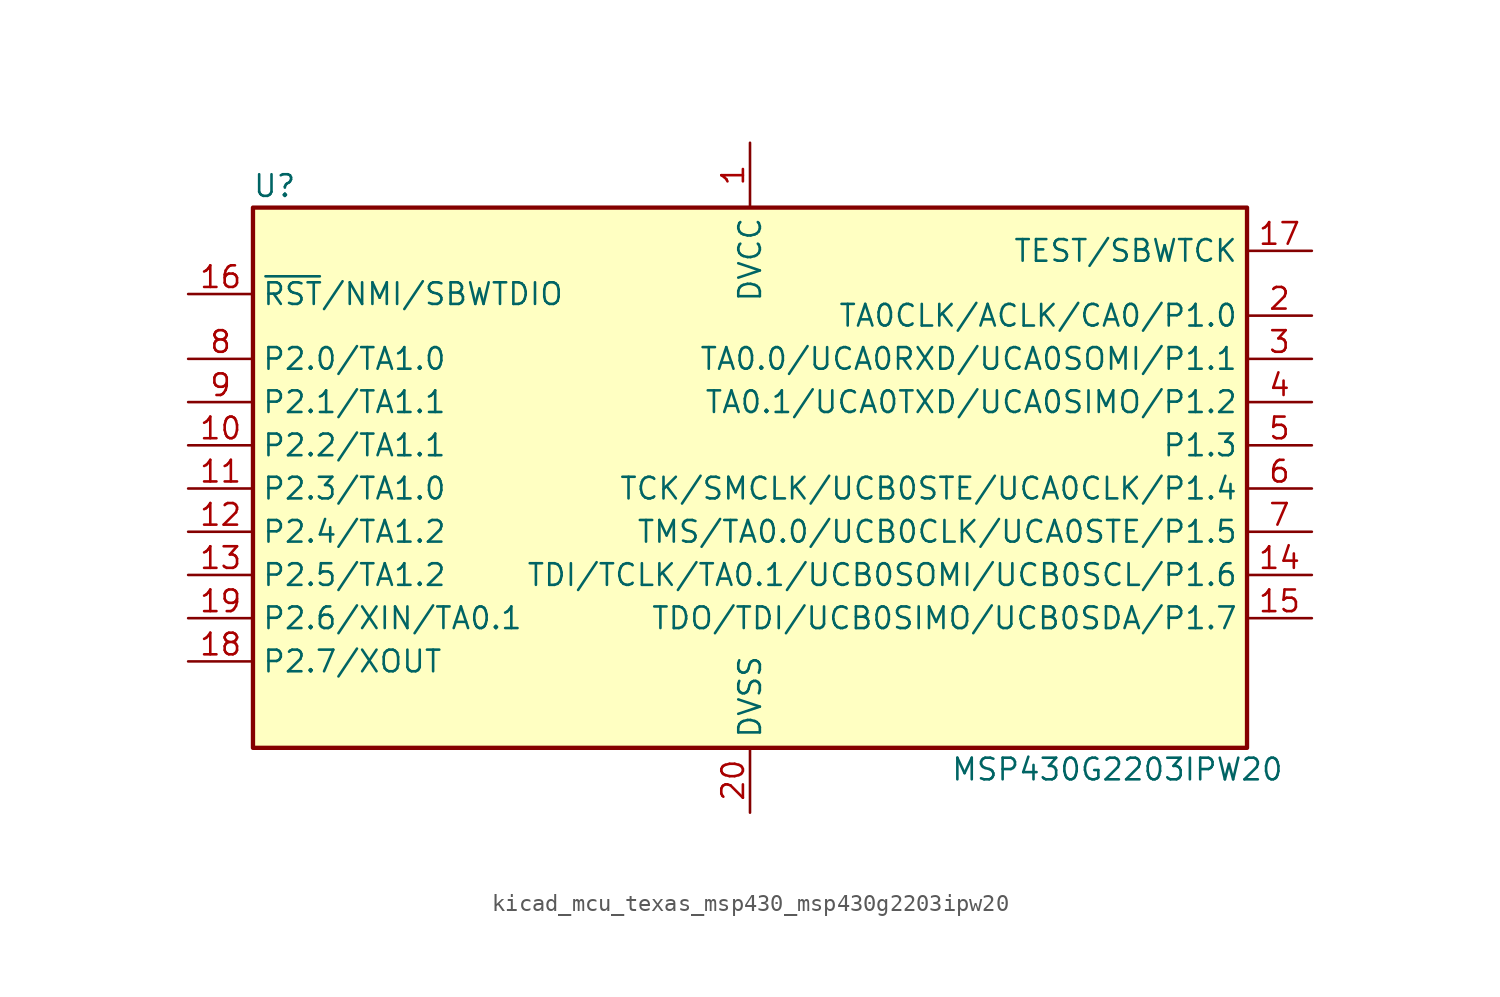
<source format=kicad_sym>
(kicad_symbol_lib
  (version 20220914)
  (generator kicad_symbol_editor)
  (symbol "kicad_mcu_texas_msp430_msp430g2203ipw20"
    (property "Reference" "U"
      (at -27.94 17.78 0)
      (effects (font (size 1.27 1.27))))
    (property "Value" "MSP430G2203IPW20"
      (at 21.59 -16.51 0)
      (effects (font (size 1.27 1.27))))
    (symbol "kicad_mcu_texas_msp430_msp430g2203ipw20_0_1"
      (rectangle (start -29.21 16.51) (end 29.21 -15.24) (stroke (width 0.254) (type default)) (fill (type background))))
    (symbol "kicad_mcu_texas_msp430_msp430g2203ipw20_1_1"
      (pin power_in line (at 0 20.32 270) (length 3.81) (name "DVCC" (effects (font (size 1.27 1.27)))) (number "1" (effects (font (size 1.27 1.27)))))
      (pin bidirectional line (at -33.02 2.54 0) (length 3.81) (name "P2.2/TA1.1" (effects (font (size 1.27 1.27)))) (number "10" (effects (font (size 1.27 1.27)))))
      (pin bidirectional line (at -33.02 0 0) (length 3.81) (name "P2.3/TA1.0" (effects (font (size 1.27 1.27)))) (number "11" (effects (font (size 1.27 1.27)))))
      (pin bidirectional line (at -33.02 -2.54 0) (length 3.81) (name "P2.4/TA1.2" (effects (font (size 1.27 1.27)))) (number "12" (effects (font (size 1.27 1.27)))))
      (pin bidirectional line (at -33.02 -5.08 0) (length 3.81) (name "P2.5/TA1.2" (effects (font (size 1.27 1.27)))) (number "13" (effects (font (size 1.27 1.27)))))
      (pin bidirectional line (at 33.02 -5.08 180) (length 3.81) (name "TDI/TCLK/TA0.1/UCB0SOMI/UCB0SCL/P1.6" (effects (font (size 1.27 1.27)))) (number "14" (effects (font (size 1.27 1.27)))))
      (pin bidirectional line (at 33.02 -7.62 180) (length 3.81) (name "TDO/TDI/UCB0SIMO/UCB0SDA/P1.7" (effects (font (size 1.27 1.27)))) (number "15" (effects (font (size 1.27 1.27)))))
      (pin input line (at -33.02 11.43 0) (length 3.81) (name "~{RST}/NMI/SBWTDIO" (effects (font (size 1.27 1.27)))) (number "16" (effects (font (size 1.27 1.27)))))
      (pin input line (at 33.02 13.97 180) (length 3.81) (name "TEST/SBWTCK" (effects (font (size 1.27 1.27)))) (number "17" (effects (font (size 1.27 1.27)))))
      (pin bidirectional line (at -33.02 -10.16 0) (length 3.81) (name "P2.7/XOUT" (effects (font (size 1.27 1.27)))) (number "18" (effects (font (size 1.27 1.27)))))
      (pin bidirectional line (at -33.02 -7.62 0) (length 3.81) (name "P2.6/XIN/TA0.1" (effects (font (size 1.27 1.27)))) (number "19" (effects (font (size 1.27 1.27)))))
      (pin bidirectional line (at 33.02 10.16 180) (length 3.81) (name "TA0CLK/ACLK/CA0/P1.0" (effects (font (size 1.27 1.27)))) (number "2" (effects (font (size 1.27 1.27)))))
      (pin power_in line (at 0 -19.05 90) (length 3.81) (name "DVSS" (effects (font (size 1.27 1.27)))) (number "20" (effects (font (size 1.27 1.27)))))
      (pin bidirectional line (at 33.02 7.62 180) (length 3.81) (name "TA0.0/UCA0RXD/UCA0SOMI/P1.1" (effects (font (size 1.27 1.27)))) (number "3" (effects (font (size 1.27 1.27)))))
      (pin bidirectional line (at 33.02 5.08 180) (length 3.81) (name "TA0.1/UCA0TXD/UCA0SIMO/P1.2" (effects (font (size 1.27 1.27)))) (number "4" (effects (font (size 1.27 1.27)))))
      (pin bidirectional line (at 33.02 2.54 180) (length 3.81) (name "P1.3" (effects (font (size 1.27 1.27)))) (number "5" (effects (font (size 1.27 1.27)))))
      (pin bidirectional line (at 33.02 0 180) (length 3.81) (name "TCK/SMCLK/UCB0STE/UCA0CLK/P1.4" (effects (font (size 1.27 1.27)))) (number "6" (effects (font (size 1.27 1.27)))))
      (pin bidirectional line (at 33.02 -2.54 180) (length 3.81) (name "TMS/TA0.0/UCB0CLK/UCA0STE/P1.5" (effects (font (size 1.27 1.27)))) (number "7" (effects (font (size 1.27 1.27)))))
      (pin bidirectional line (at -33.02 7.62 0) (length 3.81) (name "P2.0/TA1.0" (effects (font (size 1.27 1.27)))) (number "8" (effects (font (size 1.27 1.27)))))
      (pin bidirectional line (at -33.02 5.08 0) (length 3.81) (name "P2.1/TA1.1" (effects (font (size 1.27 1.27)))) (number "9" (effects (font (size 1.27 1.27))))))))
</source>
